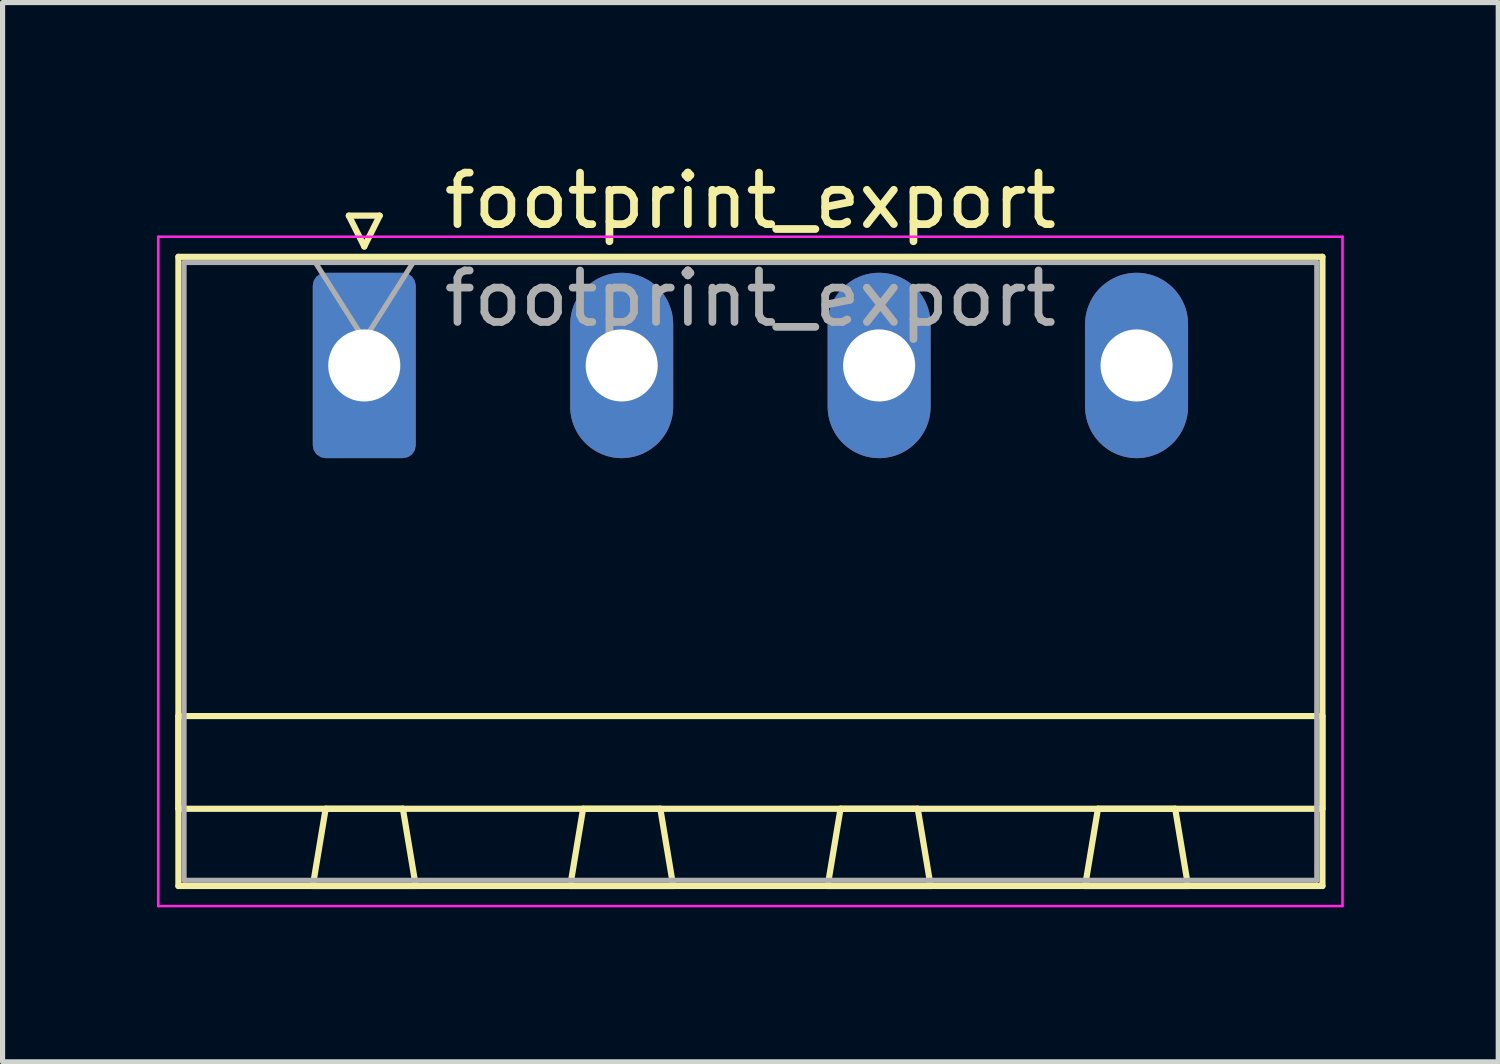
<source format=kicad_pcb>
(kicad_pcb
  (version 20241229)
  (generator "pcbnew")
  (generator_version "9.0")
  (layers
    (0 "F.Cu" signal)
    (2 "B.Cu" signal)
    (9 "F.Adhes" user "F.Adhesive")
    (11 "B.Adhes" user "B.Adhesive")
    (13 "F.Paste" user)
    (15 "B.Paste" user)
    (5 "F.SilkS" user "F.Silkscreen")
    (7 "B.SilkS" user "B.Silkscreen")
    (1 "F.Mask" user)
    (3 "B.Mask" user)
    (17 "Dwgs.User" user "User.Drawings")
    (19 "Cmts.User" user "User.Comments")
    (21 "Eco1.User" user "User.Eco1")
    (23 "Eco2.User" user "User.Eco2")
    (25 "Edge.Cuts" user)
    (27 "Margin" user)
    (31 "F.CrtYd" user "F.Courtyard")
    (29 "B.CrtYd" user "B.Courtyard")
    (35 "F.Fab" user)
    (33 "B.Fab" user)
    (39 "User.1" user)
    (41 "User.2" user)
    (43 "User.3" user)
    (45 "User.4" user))
  (footprint "footprint_export"
    (layer "F.Cu")
    (at 4.025 4.048)
    (property "Reference" "footprint_export" (at 7.5 -3.2 0) (layer "F.SilkS") (effects (font (size 1 1) (thickness 0.15))))
    (attr through_hole)
    (fp_line (start -3.61 -2.11) (end -3.61 10.11) (stroke (width 0.12) (type solid)) (layer "F.SilkS"))
    (fp_line (start -3.61 6.81) (end 18.61 6.81) (stroke (width 0.12) (type solid)) (layer "F.SilkS"))
    (fp_line (start -3.61 8.61) (end -3.61 6.81) (stroke (width 0.12) (type solid)) (layer "F.SilkS"))
    (fp_line (start -3.61 10.11) (end 18.61 10.11) (stroke (width 0.12) (type solid)) (layer "F.SilkS"))
    (fp_line (start -1 10.11) (end 1 10.11) (stroke (width 0.12) (type solid)) (layer "F.SilkS"))
    (fp_line (start -0.75 8.61) (end -1 10.11) (stroke (width 0.12) (type solid)) (layer "F.SilkS"))
    (fp_line (start -0.3 -2.91) (end 0.3 -2.91) (stroke (width 0.12) (type solid)) (layer "F.SilkS"))
    (fp_line (start 0 -2.31) (end -0.3 -2.91) (stroke (width 0.12) (type solid)) (layer "F.SilkS"))
    (fp_line (start 0.3 -2.91) (end 0 -2.31) (stroke (width 0.12) (type solid)) (layer "F.SilkS"))
    (fp_line (start 0.75 8.61) (end -0.75 8.61) (stroke (width 0.12) (type solid)) (layer "F.SilkS"))
    (fp_line (start 1 10.11) (end 0.75 8.61) (stroke (width 0.12) (type solid)) (layer "F.SilkS"))
    (fp_line (start 4 10.11) (end 6 10.11) (stroke (width 0.12) (type solid)) (layer "F.SilkS"))
    (fp_line (start 4.25 8.61) (end 4 10.11) (stroke (width 0.12) (type solid)) (layer "F.SilkS"))
    (fp_line (start 5.75 8.61) (end 4.25 8.61) (stroke (width 0.12) (type solid)) (layer "F.SilkS"))
    (fp_line (start 6 10.11) (end 5.75 8.61) (stroke (width 0.12) (type solid)) (layer "F.SilkS"))
    (fp_line (start 9 10.11) (end 11 10.11) (stroke (width 0.12) (type solid)) (layer "F.SilkS"))
    (fp_line (start 9.25 8.61) (end 9 10.11) (stroke (width 0.12) (type solid)) (layer "F.SilkS"))
    (fp_line (start 10.75 8.61) (end 9.25 8.61) (stroke (width 0.12) (type solid)) (layer "F.SilkS"))
    (fp_line (start 11 10.11) (end 10.75 8.61) (stroke (width 0.12) (type solid)) (layer "F.SilkS"))
    (fp_line (start 14 10.11) (end 16 10.11) (stroke (width 0.12) (type solid)) (layer "F.SilkS"))
    (fp_line (start 14.25 8.61) (end 14 10.11) (stroke (width 0.12) (type solid)) (layer "F.SilkS"))
    (fp_line (start 15.75 8.61) (end 14.25 8.61) (stroke (width 0.12) (type solid)) (layer "F.SilkS"))
    (fp_line (start 16 10.11) (end 15.75 8.61) (stroke (width 0.12) (type solid)) (layer "F.SilkS"))
    (fp_line (start 18.61 -2.11) (end -3.61 -2.11) (stroke (width 0.12) (type solid)) (layer "F.SilkS"))
    (fp_line (start 18.61 6.81) (end 18.61 8.61) (stroke (width 0.12) (type solid)) (layer "F.SilkS"))
    (fp_line (start 18.61 8.61) (end -3.61 8.61) (stroke (width 0.12) (type solid)) (layer "F.SilkS"))
    (fp_line (start 18.61 10.11) (end 18.61 -2.11) (stroke (width 0.12) (type solid)) (layer "F.SilkS"))
    (fp_line (start -4 -2.5) (end -4 10.5) (stroke (width 0.05) (type solid)) (layer "F.CrtYd"))
    (fp_line (start -4 10.5) (end 19 10.5) (stroke (width 0.05) (type solid)) (layer "F.CrtYd"))
    (fp_line (start 19 -2.5) (end -4 -2.5) (stroke (width 0.05) (type solid)) (layer "F.CrtYd"))
    (fp_line (start 19 10.5) (end 19 -2.5) (stroke (width 0.05) (type solid)) (layer "F.CrtYd"))
    (fp_line (start -3.5 -2) (end -3.5 10) (stroke (width 0.1) (type solid)) (layer "F.Fab"))
    (fp_line (start -3.5 10) (end 18.5 10) (stroke (width 0.1) (type solid)) (layer "F.Fab"))
    (fp_line (start 0 -0.5) (end -0.95 -2) (stroke (width 0.1) (type solid)) (layer "F.Fab"))
    (fp_line (start 0.95 -2) (end 0 -0.5) (stroke (width 0.1) (type solid)) (layer "F.Fab"))
    (fp_line (start 18.5 -2) (end -3.5 -2) (stroke (width 0.1) (type solid)) (layer "F.Fab"))
    (fp_line (start 18.5 10) (end 18.5 -2) (stroke (width 0.1) (type solid)) (layer "F.Fab"))
    (fp_text user "${REFERENCE}" (at 7.5 -1.3 0) (layer "F.Fab") (effects (font (size 1 1) (thickness 0.15))))
    (pad "1" thru_hole roundrect (at 0 0) (size 2 3.6) (drill 1.4) (layers "*.Cu" "*.Mask") (roundrect_rratio 0.125))
    (pad "2" thru_hole oval (at 5 0) (size 2 3.6) (drill 1.4) (layers "*.Cu" "*.Mask"))
    (pad "3" thru_hole oval (at 10 0) (size 2 3.6) (drill 1.4) (layers "*.Cu" "*.Mask"))
    (pad "4" thru_hole oval (at 15 0) (size 2 3.6) (drill 1.4) (layers "*.Cu" "*.Mask")))
  (gr_rect
    (start -3 -3)
    (end 26.05 17.573)
    (stroke (width 0.1) (type default))
    (fill no)
    (layer "Edge.Cuts")))
</source>
